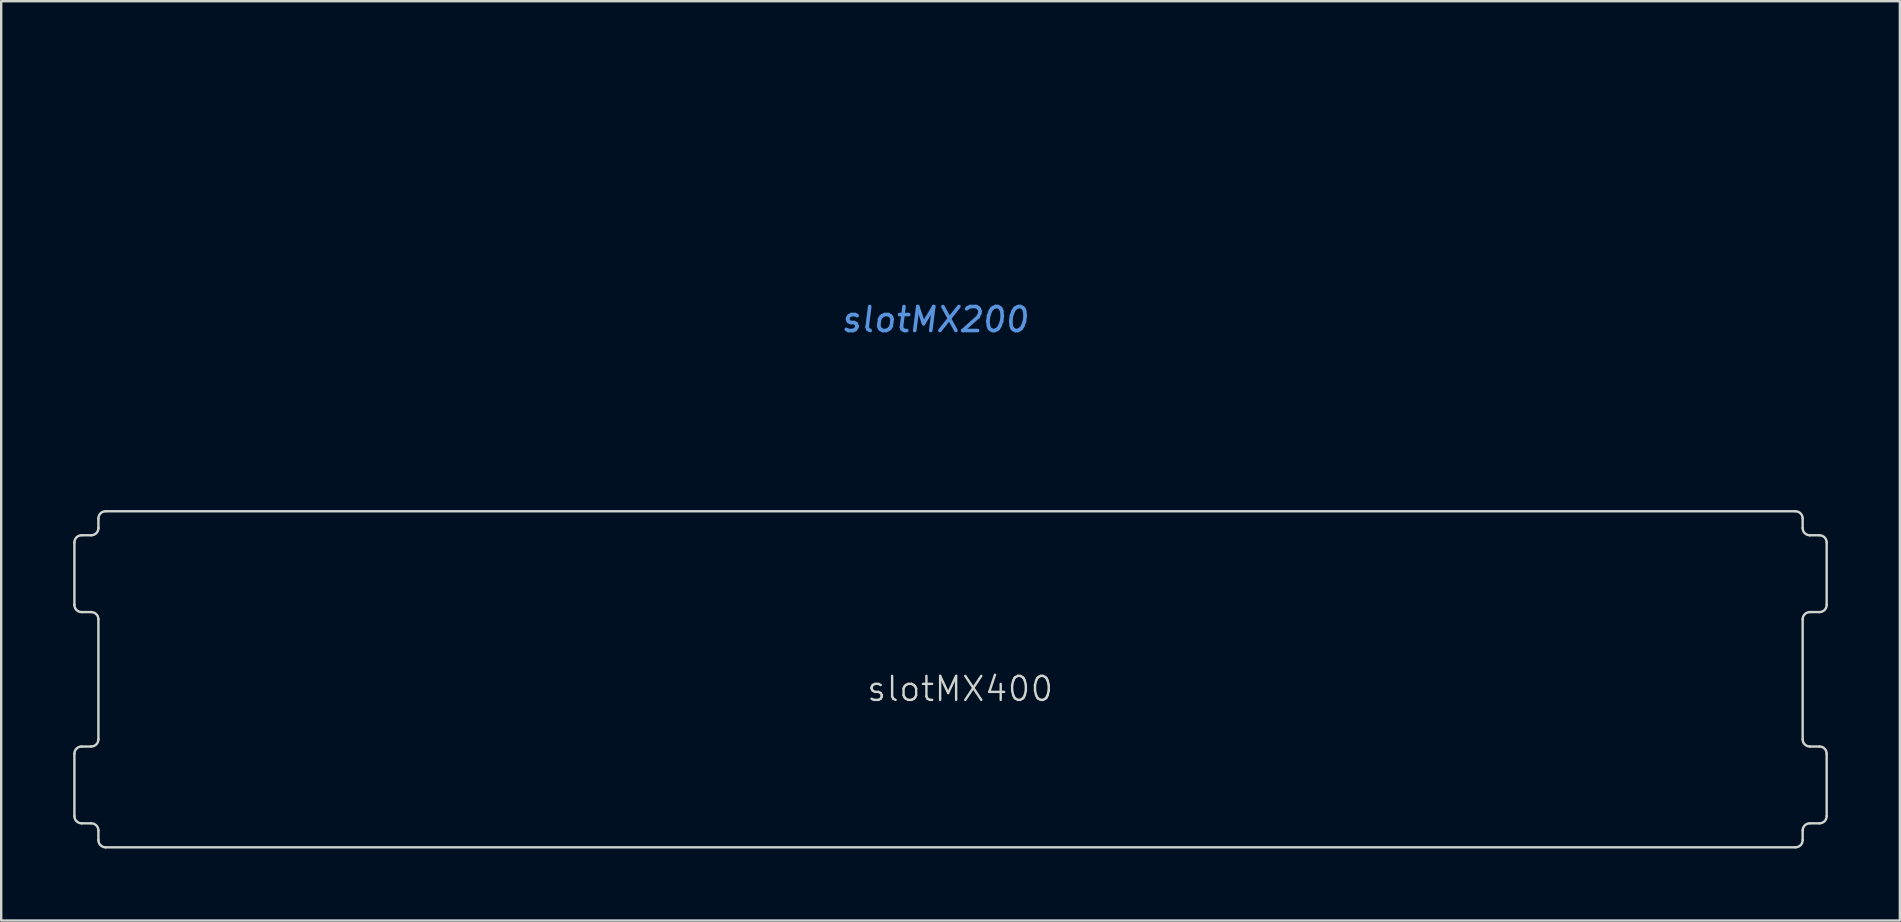
<source format=kicad_pcb>
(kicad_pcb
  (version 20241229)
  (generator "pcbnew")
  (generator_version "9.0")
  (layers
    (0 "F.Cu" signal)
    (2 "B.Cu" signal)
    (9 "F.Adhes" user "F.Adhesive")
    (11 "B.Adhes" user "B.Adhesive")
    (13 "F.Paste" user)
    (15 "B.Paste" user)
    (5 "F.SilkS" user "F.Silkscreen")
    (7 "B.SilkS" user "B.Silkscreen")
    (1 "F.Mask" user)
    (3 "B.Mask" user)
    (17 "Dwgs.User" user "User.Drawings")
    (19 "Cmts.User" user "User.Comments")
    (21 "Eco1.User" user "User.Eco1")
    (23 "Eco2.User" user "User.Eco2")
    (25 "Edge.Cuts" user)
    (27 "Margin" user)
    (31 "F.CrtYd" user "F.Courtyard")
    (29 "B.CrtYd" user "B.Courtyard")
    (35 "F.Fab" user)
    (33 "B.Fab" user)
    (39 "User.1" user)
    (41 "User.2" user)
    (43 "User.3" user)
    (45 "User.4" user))
  (footprint "slotMX200"
    (layer "F.Cu")
    (at 35.898 7.09)
    (property "Reference" "slotMX200" (at 0 3.175 0) (layer "Cmts.User") (effects (font (size 1 1) (thickness 0.15) (italic yes))))
    (attr through_hole)
    (fp_line (start -16.748 -2.915) (end -16.748 0.563) (stroke (width 0.1) (type solid)) (layer "Eco1.User"))
    (fp_line (start -16.494 0.817) (end -16.16 0.817) (stroke (width 0.1) (type solid)) (layer "Eco1.User"))
    (fp_line (start -16.16 -3.169) (end -16.494 -3.169) (stroke (width 0.1) (type solid)) (layer "Eco1.User"))
    (fp_line (start -15.906 -6.283) (end -15.906 -3.423) (stroke (width 0.1) (type solid)) (layer "Eco1.User"))
    (fp_line (start -15.906 1.071) (end -15.906 6.177) (stroke (width 0.1) (type solid)) (layer "Eco1.User"))
    (fp_line (start -15.652 6.431) (end -14.421 6.431) (stroke (width 0.1) (type solid)) (layer "Eco1.User"))
    (fp_line (start -14.167 6.685) (end -14.167 7.805) (stroke (width 0.1) (type solid)) (layer "Eco1.User"))
    (fp_line (start -13.913 8.059) (end -10.774 8.059) (stroke (width 0.1) (type solid)) (layer "Eco1.User"))
    (fp_line (start -10.52 7.805) (end -10.52 6.797) (stroke (width 0.1) (type solid)) (layer "Eco1.User"))
    (fp_line (start -10.266 6.543) (end -9.091 6.543) (stroke (width 0.1) (type solid)) (layer "Eco1.User"))
    (fp_line (start -9.091 -6.537) (end -15.652 -6.537) (stroke (width 0.1) (type solid)) (layer "Eco1.User"))
    (fp_line (start -8.837 -5.852) (end -8.837 -6.283) (stroke (width 0.1) (type solid)) (layer "Eco1.User"))
    (fp_line (start -8.837 6.289) (end -8.837 6.011) (stroke (width 0.1) (type solid)) (layer "Eco1.User"))
    (fp_line (start -8.583 5.757) (end -7.24 5.757) (stroke (width 0.1) (type solid)) (layer "Eco1.User"))
    (fp_line (start -7.24 -5.598) (end -8.583 -5.598) (stroke (width 0.1) (type solid)) (layer "Eco1.User"))
    (fp_line (start -6.986 -6.786) (end -6.986 -5.852) (stroke (width 0.1) (type solid)) (layer "Eco1.User"))
    (fp_line (start -6.986 6.011) (end -6.986 6.749) (stroke (width 0.1) (type solid)) (layer "Eco1.User"))
    (fp_line (start -6.732 7.003) (end 6.73 7.003) (stroke (width 0.1) (type solid)) (layer "Eco1.User"))
    (fp_line (start -0.001 -2.087) (end -0.001 2.104) (stroke (width 0.1) (type solid)) (layer "Eco1.User"))
    (fp_line (start 2.158 -0.001) (end -2.16 -0.001) (stroke (width 0.1) (type solid)) (layer "Eco1.User"))
    (fp_line (start 6.73 -7.04) (end -6.732 -7.04) (stroke (width 0.1) (type solid)) (layer "Eco1.User"))
    (fp_line (start 6.984 -5.852) (end 6.984 -6.786) (stroke (width 0.1) (type solid)) (layer "Eco1.User"))
    (fp_line (start 6.984 6.749) (end 6.984 6.011) (stroke (width 0.1) (type solid)) (layer "Eco1.User"))
    (fp_line (start 7.238 5.757) (end 8.582 5.757) (stroke (width 0.1) (type solid)) (layer "Eco1.User"))
    (fp_line (start 8.582 -5.598) (end 7.238 -5.598) (stroke (width 0.1) (type solid)) (layer "Eco1.User"))
    (fp_line (start 8.836 -6.283) (end 8.836 -5.852) (stroke (width 0.1) (type solid)) (layer "Eco1.User"))
    (fp_line (start 8.836 6.011) (end 8.836 6.289) (stroke (width 0.1) (type solid)) (layer "Eco1.User"))
    (fp_line (start 9.09 6.543) (end 10.265 6.543) (stroke (width 0.1) (type solid)) (layer "Eco1.User"))
    (fp_line (start 10.519 6.797) (end 10.519 7.805) (stroke (width 0.1) (type solid)) (layer "Eco1.User"))
    (fp_line (start 10.773 8.059) (end 13.912 8.059) (stroke (width 0.1) (type solid)) (layer "Eco1.User"))
    (fp_line (start 14.166 7.805) (end 14.166 6.685) (stroke (width 0.1) (type solid)) (layer "Eco1.User"))
    (fp_line (start 14.42 6.431) (end 15.651 6.431) (stroke (width 0.1) (type solid)) (layer "Eco1.User"))
    (fp_line (start 15.651 -6.537) (end 9.09 -6.537) (stroke (width 0.1) (type solid)) (layer "Eco1.User"))
    (fp_line (start 15.905 -3.423) (end 15.905 -6.283) (stroke (width 0.1) (type solid)) (layer "Eco1.User"))
    (fp_line (start 15.905 6.177) (end 15.905 1.071) (stroke (width 0.1) (type solid)) (layer "Eco1.User"))
    (fp_line (start 16.159 0.817) (end 16.492 0.817) (stroke (width 0.1) (type solid)) (layer "Eco1.User"))
    (fp_line (start 16.492 -3.169) (end 16.159 -3.169) (stroke (width 0.1) (type solid)) (layer "Eco1.User"))
    (fp_line (start 16.746 0.563) (end 16.746 -2.915) (stroke (width 0.1) (type solid)) (layer "Eco1.User"))
    (fp_arc (start -16.747995 -2.915367) (mid -16.6736 -3.094972) (end -16.493995 -3.169367) (stroke (width 0.1) (type solid)) (layer "Eco1.User"))
    (fp_arc (start -16.493995 0.816684) (mid -16.6736 0.742289) (end -16.747995 0.562684) (stroke (width 0.1) (type solid)) (layer "Eco1.User"))
    (fp_arc (start -16.160426 0.816684) (mid -15.980821 0.891079) (end -15.906426 1.070684) (stroke (width 0.1) (type solid)) (layer "Eco1.User"))
    (fp_arc (start -15.906426 -6.283389) (mid -15.832031 -6.462994) (end -15.652426 -6.537389) (stroke (width 0.1) (type solid)) (layer "Eco1.User"))
    (fp_arc (start -15.906426 -3.423367) (mid -15.980821 -3.243762) (end -16.160426 -3.169367) (stroke (width 0.1) (type solid)) (layer "Eco1.User"))
    (fp_arc (start -15.652426 6.430634) (mid -15.832031 6.356239) (end -15.906426 6.176634) (stroke (width 0.1) (type solid)) (layer "Eco1.User"))
    (fp_arc (start -14.421189 6.430634) (mid -14.241584 6.505029) (end -14.167189 6.684634) (stroke (width 0.1) (type solid)) (layer "Eco1.User"))
    (fp_arc (start -13.913189 8.05942) (mid -14.092794 7.985025) (end -14.167189 7.80542) (stroke (width 0.1) (type solid)) (layer "Eco1.User"))
    (fp_arc (start -10.520399 6.796846) (mid -10.446004 6.617241) (end -10.266399 6.542846) (stroke (width 0.1) (type solid)) (layer "Eco1.User"))
    (fp_arc (start -10.520399 7.80542) (mid -10.594794 7.985025) (end -10.774399 8.05942) (stroke (width 0.1) (type solid)) (layer "Eco1.User"))
    (fp_arc (start -9.09126 -6.537389) (mid -8.911655 -6.462994) (end -8.83726 -6.283389) (stroke (width 0.1) (type solid)) (layer "Eco1.User"))
    (fp_arc (start -8.83726 6.011382) (mid -8.762865 5.831777) (end -8.58326 5.757382) (stroke (width 0.1) (type solid)) (layer "Eco1.User"))
    (fp_arc (start -8.83726 6.288846) (mid -8.911655 6.468451) (end -9.09126 6.542846) (stroke (width 0.1) (type solid)) (layer "Eco1.User"))
    (fp_arc (start -8.58326 -5.597639) (mid -8.762865 -5.672034) (end -8.83726 -5.851639) (stroke (width 0.1) (type solid)) (layer "Eco1.User"))
    (fp_arc (start -7.239812 5.757382) (mid -7.060207 5.831777) (end -6.985812 6.011382) (stroke (width 0.1) (type solid)) (layer "Eco1.User"))
    (fp_arc (start -6.985812 -6.786143) (mid -6.911417 -6.965748) (end -6.731812 -7.040143) (stroke (width 0.1) (type solid)) (layer "Eco1.User"))
    (fp_arc (start -6.985812 -5.851639) (mid -7.060207 -5.672034) (end -7.239812 -5.597639) (stroke (width 0.1) (type solid)) (layer "Eco1.User"))
    (fp_arc (start -6.731812 7.002758) (mid -6.911417 6.928363) (end -6.985812 6.748758) (stroke (width 0.1) (type solid)) (layer "Eco1.User"))
    (fp_arc (start 6.730206 -7.040143) (mid 6.909811 -6.965748) (end 6.984206 -6.786143) (stroke (width 0.1) (type solid)) (layer "Eco1.User"))
    (fp_arc (start 6.984206 6.011382) (mid 7.058601 5.831777) (end 7.238206 5.757382) (stroke (width 0.1) (type solid)) (layer "Eco1.User"))
    (fp_arc (start 6.984206 6.748758) (mid 6.909811 6.928363) (end 6.730206 7.002758) (stroke (width 0.1) (type solid)) (layer "Eco1.User"))
    (fp_arc (start 7.238206 -5.597639) (mid 7.058601 -5.672034) (end 6.984206 -5.851639) (stroke (width 0.1) (type solid)) (layer "Eco1.User"))
    (fp_arc (start 8.581655 5.757382) (mid 8.76126 5.831777) (end 8.835655 6.011382) (stroke (width 0.1) (type solid)) (layer "Eco1.User"))
    (fp_arc (start 8.835655 -6.283389) (mid 8.91005 -6.462994) (end 9.089655 -6.537389) (stroke (width 0.1) (type solid)) (layer "Eco1.User"))
    (fp_arc (start 8.835655 -5.851639) (mid 8.76126 -5.672034) (end 8.581655 -5.597639) (stroke (width 0.1) (type solid)) (layer "Eco1.User"))
    (fp_arc (start 9.089655 6.542846) (mid 8.91005 6.468451) (end 8.835655 6.288846) (stroke (width 0.1) (type solid)) (layer "Eco1.User"))
    (fp_arc (start 10.264789 6.542846) (mid 10.444394 6.617241) (end 10.518789 6.796846) (stroke (width 0.1) (type solid)) (layer "Eco1.User"))
    (fp_arc (start 10.772789 8.05942) (mid 10.593184 7.985025) (end 10.518789 7.80542) (stroke (width 0.1) (type solid)) (layer "Eco1.User"))
    (fp_arc (start 14.16558 6.684634) (mid 14.239975 6.505029) (end 14.41958 6.430634) (stroke (width 0.1) (type solid)) (layer "Eco1.User"))
    (fp_arc (start 14.16558 7.80542) (mid 14.091185 7.985025) (end 13.91158 8.05942) (stroke (width 0.1) (type solid)) (layer "Eco1.User"))
    (fp_arc (start 15.650819 -6.537389) (mid 15.830424 -6.462994) (end 15.904819 -6.283389) (stroke (width 0.1) (type solid)) (layer "Eco1.User"))
    (fp_arc (start 15.904819 1.070684) (mid 15.979214 0.891079) (end 16.158819 0.816684) (stroke (width 0.1) (type solid)) (layer "Eco1.User"))
    (fp_arc (start 15.904819 6.176634) (mid 15.830424 6.356239) (end 15.650819 6.430634) (stroke (width 0.1) (type solid)) (layer "Eco1.User"))
    (fp_arc (start 16.158819 -3.169367) (mid 15.979214 -3.243762) (end 15.904819 -3.423367) (stroke (width 0.1) (type solid)) (layer "Eco1.User"))
    (fp_arc (start 16.492386 -3.169367) (mid 16.671991 -3.094972) (end 16.746386 -2.915367) (stroke (width 0.1) (type solid)) (layer "Eco1.User"))
    (fp_arc (start 16.746386 0.562684) (mid 16.671991 0.742289) (end 16.492386 0.816684) (stroke (width 0.1) (type solid)) (layer "Eco1.User"))
    (fp_circle (center 0 0) (end 1.904 0) (stroke (width 0.1) (type solid)) (fill no) (layer "Eco1.User")))
  (footprint "slotMX400"
    (layer "F.Cu")
    (at 36.55 25.25)
    (property "Reference" "slotMX400" (at 0.4 0.4 0) (layer "Edge.Cuts") (effects (font (size 1 1) (thickness 0.1))))
    (attr through_hole)
    (fp_line (start -36.5 -5.7) (end -36.5 -3.1) (stroke (width 0.1) (type solid)) (layer "Edge.Cuts"))
    (fp_line (start -36.5 3.1) (end -36.5 5.7) (stroke (width 0.1) (type solid)) (layer "Edge.Cuts"))
    (fp_line (start -36.2 -2.8) (end -35.8 -2.8) (stroke (width 0.1) (type solid)) (layer "Edge.Cuts"))
    (fp_line (start -36.2 6) (end -35.8 6) (stroke (width 0.1) (type solid)) (layer "Edge.Cuts"))
    (fp_line (start -35.8 -6) (end -36.2 -6) (stroke (width 0.1) (type solid)) (layer "Edge.Cuts"))
    (fp_line (start -35.8 2.8) (end -36.2 2.8) (stroke (width 0.1) (type solid)) (layer "Edge.Cuts"))
    (fp_line (start -35.5 -6.3) (end -35.5 -6.7) (stroke (width 0.1) (type solid)) (layer "Edge.Cuts"))
    (fp_line (start -35.5 2.5) (end -35.5 -2.5) (stroke (width 0.1) (type solid)) (layer "Edge.Cuts"))
    (fp_line (start -35.5 6.7) (end -35.5 6.3) (stroke (width 0.1) (type solid)) (layer "Edge.Cuts"))
    (fp_line (start 35.2 -7) (end -35.2 -7) (stroke (width 0.1) (type solid)) (layer "Edge.Cuts"))
    (fp_line (start 35.2 7) (end -35.2 7) (stroke (width 0.1) (type solid)) (layer "Edge.Cuts"))
    (fp_line (start 35.5 -6.7) (end 35.5 -6.3) (stroke (width 0.1) (type solid)) (layer "Edge.Cuts"))
    (fp_line (start 35.5 -2.5) (end 35.5 2.5) (stroke (width 0.1) (type solid)) (layer "Edge.Cuts"))
    (fp_line (start 35.5 6.3) (end 35.5 6.7) (stroke (width 0.1) (type solid)) (layer "Edge.Cuts"))
    (fp_line (start 35.8 -2.8) (end 36.2 -2.8) (stroke (width 0.1) (type solid)) (layer "Edge.Cuts"))
    (fp_line (start 35.8 6) (end 36.2 6) (stroke (width 0.1) (type solid)) (layer "Edge.Cuts"))
    (fp_line (start 36.2 -6) (end 35.8 -6) (stroke (width 0.1) (type solid)) (layer "Edge.Cuts"))
    (fp_line (start 36.2 2.8) (end 35.8 2.8) (stroke (width 0.1) (type solid)) (layer "Edge.Cuts"))
    (fp_line (start 36.5 -3.1) (end 36.5 -5.7) (stroke (width 0.1) (type solid)) (layer "Edge.Cuts"))
    (fp_line (start 36.5 5.7) (end 36.5 3.1) (stroke (width 0.1) (type solid)) (layer "Edge.Cuts"))
    (fp_arc (start -36.5 -5.7) (mid -36.412132 -5.912132) (end -36.2 -6) (stroke (width 0.1) (type solid)) (layer "Edge.Cuts"))
    (fp_arc (start -36.5 3.1) (mid -36.412132 2.887868) (end -36.2 2.8) (stroke (width 0.1) (type solid)) (layer "Edge.Cuts"))
    (fp_arc (start -36.2 -2.8) (mid -36.412132 -2.887868) (end -36.5 -3.1) (stroke (width 0.1) (type solid)) (layer "Edge.Cuts"))
    (fp_arc (start -36.2 6) (mid -36.412132 5.912132) (end -36.5 5.7) (stroke (width 0.1) (type solid)) (layer "Edge.Cuts"))
    (fp_arc (start -35.8 -2.8) (mid -35.587868 -2.712132) (end -35.5 -2.5) (stroke (width 0.1) (type solid)) (layer "Edge.Cuts"))
    (fp_arc (start -35.8 6) (mid -35.587868 6.087868) (end -35.5 6.3) (stroke (width 0.1) (type solid)) (layer "Edge.Cuts"))
    (fp_arc (start -35.5 -6.7) (mid -35.412132 -6.912132) (end -35.2 -7) (stroke (width 0.1) (type solid)) (layer "Edge.Cuts"))
    (fp_arc (start -35.5 -6.3) (mid -35.587868 -6.087868) (end -35.8 -6) (stroke (width 0.1) (type solid)) (layer "Edge.Cuts"))
    (fp_arc (start -35.5 2.5) (mid -35.587868 2.712132) (end -35.8 2.8) (stroke (width 0.1) (type solid)) (layer "Edge.Cuts"))
    (fp_arc (start -35.2 7) (mid -35.412132 6.912132) (end -35.5 6.7) (stroke (width 0.1) (type solid)) (layer "Edge.Cuts"))
    (fp_arc (start 35.2 -7) (mid 35.412132 -6.912132) (end 35.5 -6.7) (stroke (width 0.1) (type solid)) (layer "Edge.Cuts"))
    (fp_arc (start 35.5 -2.5) (mid 35.587868 -2.712132) (end 35.8 -2.8) (stroke (width 0.1) (type solid)) (layer "Edge.Cuts"))
    (fp_arc (start 35.5 6.3) (mid 35.587868 6.087868) (end 35.8 6) (stroke (width 0.1) (type solid)) (layer "Edge.Cuts"))
    (fp_arc (start 35.5 6.7) (mid 35.412132 6.912132) (end 35.2 7) (stroke (width 0.1) (type solid)) (layer "Edge.Cuts"))
    (fp_arc (start 35.8 -6) (mid 35.587868 -6.087868) (end 35.5 -6.3) (stroke (width 0.1) (type solid)) (layer "Edge.Cuts"))
    (fp_arc (start 35.8 2.8) (mid 35.587868 2.712132) (end 35.5 2.5) (stroke (width 0.1) (type solid)) (layer "Edge.Cuts"))
    (fp_arc (start 36.2 -6) (mid 36.412132 -5.912132) (end 36.5 -5.7) (stroke (width 0.1) (type solid)) (layer "Edge.Cuts"))
    (fp_arc (start 36.2 2.8) (mid 36.412132 2.887868) (end 36.5 3.1) (stroke (width 0.1) (type solid)) (layer "Edge.Cuts"))
    (fp_arc (start 36.5 -3.1) (mid 36.412132 -2.887868) (end 36.2 -2.8) (stroke (width 0.1) (type solid)) (layer "Edge.Cuts"))
    (fp_arc (start 36.5 5.7) (mid 36.412132 5.912132) (end 36.2 6) (stroke (width 0.1) (type solid)) (layer "Edge.Cuts")))
  (footprint "slotMX100"
    (layer "F.Cu")
    (at 8.05 7.05)
    (property "Reference" "slotMX100" (at 0.5 0.5 0) (layer "Eco1.User") (effects (font (size 1 1) (thickness 0.15))))
    (attr through_hole)
    (fp_line (start -8 -5.7) (end -8 -3.2) (stroke (width 0.1) (type solid)) (layer "Eco1.User"))
    (fp_line (start -8 3.2) (end -8 5.7) (stroke (width 0.1) (type solid)) (layer "Eco1.User"))
    (fp_line (start -7.7 -6) (end -7.3 -6) (stroke (width 0.1) (type solid)) (layer "Eco1.User"))
    (fp_line (start -7.7 2.9) (end -7.3 2.9) (stroke (width 0.1) (type solid)) (layer "Eco1.User"))
    (fp_line (start -7.3 -2.9) (end -7.7 -2.9) (stroke (width 0.1) (type solid)) (layer "Eco1.User"))
    (fp_line (start -7.3 6) (end -7.7 6) (stroke (width 0.1) (type solid)) (layer "Eco1.User"))
    (fp_line (start -7 -6.3) (end -7 -6.7) (stroke (width 0.1) (type solid)) (layer "Eco1.User"))
    (fp_line (start -7 -2.6) (end -7 2.6) (stroke (width 0.1) (type solid)) (layer "Eco1.User"))
    (fp_line (start -7 6.7) (end -7 6.3) (stroke (width 0.1) (type solid)) (layer "Eco1.User"))
    (fp_line (start 6.7 -7) (end -6.7 -7) (stroke (width 0.1) (type solid)) (layer "Eco1.User"))
    (fp_line (start 6.7 7) (end -6.7 7) (stroke (width 0.1) (type solid)) (layer "Eco1.User"))
    (fp_line (start 7 -6.7) (end 7 -6.3) (stroke (width 0.1) (type solid)) (layer "Eco1.User"))
    (fp_line (start 7 2.6) (end 7 -2.6) (stroke (width 0.1) (type solid)) (layer "Eco1.User"))
    (fp_line (start 7 6.3) (end 7 6.7) (stroke (width 0.1) (type solid)) (layer "Eco1.User"))
    (fp_line (start 7.3 -6) (end 7.7 -6) (stroke (width 0.1) (type solid)) (layer "Eco1.User"))
    (fp_line (start 7.3 2.9) (end 7.7 2.9) (stroke (width 0.1) (type solid)) (layer "Eco1.User"))
    (fp_line (start 7.7 -2.9) (end 7.3 -2.9) (stroke (width 0.1) (type solid)) (layer "Eco1.User"))
    (fp_line (start 7.7 6) (end 7.3 6) (stroke (width 0.1) (type solid)) (layer "Eco1.User"))
    (fp_line (start 8 -3.2) (end 8 -5.7) (stroke (width 0.1) (type solid)) (layer "Eco1.User"))
    (fp_line (start 8 5.7) (end 8 3.2) (stroke (width 0.1) (type solid)) (layer "Eco1.User"))
    (fp_arc (start -8 -5.7) (mid -7.912132 -5.912132) (end -7.7 -6) (stroke (width 0.1) (type solid)) (layer "Eco1.User"))
    (fp_arc (start -8 3.2) (mid -7.912132 2.987868) (end -7.7 2.9) (stroke (width 0.1) (type solid)) (layer "Eco1.User"))
    (fp_arc (start -7.7 -2.9) (mid -7.912132 -2.987868) (end -8 -3.2) (stroke (width 0.1) (type solid)) (layer "Eco1.User"))
    (fp_arc (start -7.7 6) (mid -7.912132 5.912132) (end -8 5.7) (stroke (width 0.1) (type solid)) (layer "Eco1.User"))
    (fp_arc (start -7.3 -2.9) (mid -7.087868 -2.812132) (end -7 -2.6) (stroke (width 0.1) (type solid)) (layer "Eco1.User"))
    (fp_arc (start -7.3 6) (mid -7.087868 6.087868) (end -7 6.3) (stroke (width 0.1) (type solid)) (layer "Eco1.User"))
    (fp_arc (start -7 -6.7) (mid -6.912132 -6.912132) (end -6.7 -7) (stroke (width 0.1) (type solid)) (layer "Eco1.User"))
    (fp_arc (start -7 -6.3) (mid -7.087868 -6.087868) (end -7.3 -6) (stroke (width 0.1) (type solid)) (layer "Eco1.User"))
    (fp_arc (start -7 2.6) (mid -7.087868 2.812132) (end -7.3 2.9) (stroke (width 0.1) (type solid)) (layer "Eco1.User"))
    (fp_arc (start -6.7 7) (mid -6.912132 6.912132) (end -7 6.7) (stroke (width 0.1) (type solid)) (layer "Eco1.User"))
    (fp_arc (start 6.7 -7) (mid 6.912132 -6.912132) (end 7 -6.7) (stroke (width 0.1) (type solid)) (layer "Eco1.User"))
    (fp_arc (start 7 -2.6) (mid 7.087868 -2.812132) (end 7.3 -2.9) (stroke (width 0.1) (type solid)) (layer "Eco1.User"))
    (fp_arc (start 7 6.3) (mid 7.087868 6.087868) (end 7.3 6) (stroke (width 0.1) (type solid)) (layer "Eco1.User"))
    (fp_arc (start 7 6.7) (mid 6.912132 6.912132) (end 6.7 7) (stroke (width 0.1) (type solid)) (layer "Eco1.User"))
    (fp_arc (start 7.3 -6) (mid 7.087868 -6.087868) (end 7 -6.3) (stroke (width 0.1) (type solid)) (layer "Eco1.User"))
    (fp_arc (start 7.3 2.9) (mid 7.087868 2.812132) (end 7 2.6) (stroke (width 0.1) (type solid)) (layer "Eco1.User"))
    (fp_arc (start 7.7 -6) (mid 7.912132 -5.912132) (end 8 -5.7) (stroke (width 0.1) (type solid)) (layer "Eco1.User"))
    (fp_arc (start 7.7 2.9) (mid 7.912132 2.987868) (end 8 3.2) (stroke (width 0.1) (type solid)) (layer "Eco1.User"))
    (fp_arc (start 8 -3.2) (mid 7.912132 -2.987868) (end 7.7 -2.9) (stroke (width 0.1) (type solid)) (layer "Eco1.User"))
    (fp_arc (start 8 5.7) (mid 7.912132 5.912132) (end 7.7 6) (stroke (width 0.1) (type solid)) (layer "Eco1.User")))
  (gr_rect
    (start -3 -3)
    (end 76.1 35.3)
    (stroke (width 0.1) (type default))
    (fill no)
    (layer "Edge.Cuts")))
</source>
